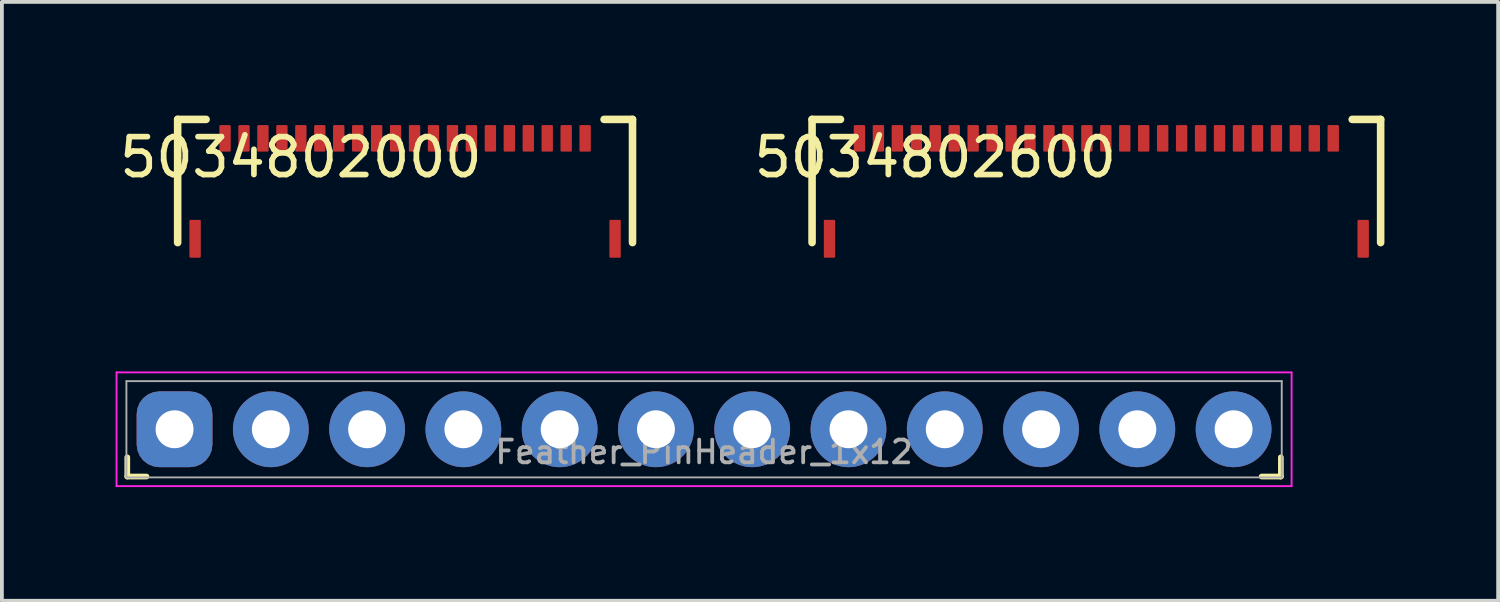
<source format=kicad_pcb>
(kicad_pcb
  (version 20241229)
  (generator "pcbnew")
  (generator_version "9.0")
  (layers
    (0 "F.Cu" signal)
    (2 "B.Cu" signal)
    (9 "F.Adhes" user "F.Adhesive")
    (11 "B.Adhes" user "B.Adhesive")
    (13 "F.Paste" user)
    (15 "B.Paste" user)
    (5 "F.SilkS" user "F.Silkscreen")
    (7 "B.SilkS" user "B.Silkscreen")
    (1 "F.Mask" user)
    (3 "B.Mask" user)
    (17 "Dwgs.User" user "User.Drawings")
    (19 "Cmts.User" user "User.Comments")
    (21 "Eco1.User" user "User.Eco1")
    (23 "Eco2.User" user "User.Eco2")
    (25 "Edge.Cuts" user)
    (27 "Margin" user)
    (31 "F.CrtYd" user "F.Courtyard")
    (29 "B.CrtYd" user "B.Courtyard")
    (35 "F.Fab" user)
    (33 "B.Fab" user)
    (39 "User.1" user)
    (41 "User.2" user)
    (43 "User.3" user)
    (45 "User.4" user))
  (footprint "5034802000"
    (layer "F.Cu")
    (at 7.637 0.6)
    (property "Reference" "5034802000" (at -2.75 0.5 0) (layer "F.SilkS") (effects (font (size 1 1) (thickness 0.15))))
    (attr through_hole)
    (fp_line (start -6 -0.5) (end -5.25 -0.5) (stroke (width 0.2) (type solid)) (layer "F.SilkS"))
    (fp_line (start -6 2.75) (end -6 -0.5) (stroke (width 0.2) (type solid)) (layer "F.SilkS"))
    (fp_line (start 5.25 -0.5) (end 6 -0.5) (stroke (width 0.2) (type solid)) (layer "F.SilkS"))
    (fp_line (start 6 -0.5) (end 6 2.75) (stroke (width 0.2) (type solid)) (layer "F.SilkS"))
    (pad "1" smd roundrect (at -4.75 0) (size 0.3 0.7) (layers "F.Cu" "F.Mask" "F.Paste") (roundrect_rratio 0.1))
    (pad "2" smd roundrect (at -4.25 0) (size 0.3 0.7) (layers "F.Cu" "F.Mask" "F.Paste") (roundrect_rratio 0.1))
    (pad "3" smd roundrect (at -3.75 0) (size 0.3 0.7) (layers "F.Cu" "F.Mask" "F.Paste") (roundrect_rratio 0.1))
    (pad "4" smd roundrect (at -3.25 0) (size 0.3 0.7) (layers "F.Cu" "F.Mask" "F.Paste") (roundrect_rratio 0.1))
    (pad "5" smd roundrect (at -2.75 0) (size 0.3 0.7) (layers "F.Cu" "F.Mask" "F.Paste") (roundrect_rratio 0.1))
    (pad "6" smd roundrect (at -2.25 0) (size 0.3 0.7) (layers "F.Cu" "F.Mask" "F.Paste") (roundrect_rratio 0.1))
    (pad "7" smd roundrect (at -1.75 0) (size 0.3 0.7) (layers "F.Cu" "F.Mask" "F.Paste") (roundrect_rratio 0.1))
    (pad "8" smd roundrect (at -1.25 0) (size 0.3 0.7) (layers "F.Cu" "F.Mask" "F.Paste") (roundrect_rratio 0.1))
    (pad "9" smd roundrect (at -0.75 0) (size 0.3 0.7) (layers "F.Cu" "F.Mask" "F.Paste") (roundrect_rratio 0.1))
    (pad "10" smd roundrect (at -0.25 0) (size 0.3 0.7) (layers "F.Cu" "F.Mask" "F.Paste") (roundrect_rratio 0.1))
    (pad "11" smd roundrect (at 0.25 0) (size 0.3 0.7) (layers "F.Cu" "F.Mask" "F.Paste") (roundrect_rratio 0.1))
    (pad "12" smd roundrect (at 0.75 0) (size 0.3 0.7) (layers "F.Cu" "F.Mask" "F.Paste") (roundrect_rratio 0.1))
    (pad "13" smd roundrect (at 1.25 0) (size 0.3 0.7) (layers "F.Cu" "F.Mask" "F.Paste") (roundrect_rratio 0.1))
    (pad "14" smd roundrect (at 1.75 0) (size 0.3 0.7) (layers "F.Cu" "F.Mask" "F.Paste") (roundrect_rratio 0.1))
    (pad "15" smd roundrect (at 2.25 0) (size 0.3 0.7) (layers "F.Cu" "F.Mask" "F.Paste") (roundrect_rratio 0.1))
    (pad "16" smd roundrect (at 2.75 0) (size 0.3 0.7) (layers "F.Cu" "F.Mask" "F.Paste") (roundrect_rratio 0.1))
    (pad "17" smd roundrect (at 3.25 0) (size 0.3 0.7) (layers "F.Cu" "F.Mask" "F.Paste") (roundrect_rratio 0.1))
    (pad "18" smd roundrect (at 3.75 0) (size 0.3 0.7) (layers "F.Cu" "F.Mask" "F.Paste") (roundrect_rratio 0.1))
    (pad "19" smd roundrect (at 4.25 0) (size 0.3 0.7) (layers "F.Cu" "F.Mask" "F.Paste") (roundrect_rratio 0.1))
    (pad "20" smd roundrect (at 4.75 0) (size 0.3 0.7) (layers "F.Cu" "F.Mask" "F.Paste") (roundrect_rratio 0.1))
    (pad "21" smd roundrect (at -5.54 2.65) (size 0.3 1) (layers "F.Cu" "F.Mask" "F.Paste") (roundrect_rratio 0.1))
    (pad "21" smd roundrect (at 5.54 2.65) (size 0.3 1) (layers "F.Cu" "F.Mask" "F.Paste") (roundrect_rratio 0.1)))
  (footprint "Feather_PinHeader_1x12"
    (layer "F.Cu")
    (at 15.525 8.275)
    (property "Reference" "Feather_PinHeader_1x12" (at 0 0.6 180) (layer "F.Fab") (effects (font (size 0.6 0.6) (thickness 0.1))))
    (attr through_hole)
    (fp_line (start -15.217 0.739) (end -15.217 1.247) (stroke (width 0.15) (type solid)) (layer "F.SilkS"))
    (fp_line (start -15.217 1.247) (end -14.709 1.247) (stroke (width 0.15) (type solid)) (layer "F.SilkS"))
    (fp_line (start 14.709 1.247) (end 15.217 1.247) (stroke (width 0.15) (type solid)) (layer "F.SilkS"))
    (fp_line (start 15.217 0.739) (end 15.217 1.247) (stroke (width 0.15) (type solid)) (layer "F.SilkS"))
    (fp_line (start -15.5 -1.5) (end -15.5 1.5) (stroke (width 0.05) (type solid)) (layer "F.CrtYd"))
    (fp_line (start -15.5 -1.5) (end 15.5 -1.5) (stroke (width 0.05) (type solid)) (layer "F.CrtYd"))
    (fp_line (start 15.5 1.5) (end -15.5 1.5) (stroke (width 0.05) (type solid)) (layer "F.CrtYd"))
    (fp_line (start 15.5 1.5) (end 15.5 -1.5) (stroke (width 0.05) (type solid)) (layer "F.CrtYd"))
    (fp_line (start -15.24 -1.27) (end 15.24 -1.27) (stroke (width 0.05) (type solid)) (layer "F.Fab"))
    (fp_line (start -15.24 1.27) (end -15.24 -1.27) (stroke (width 0.05) (type solid)) (layer "F.Fab"))
    (fp_line (start -15.24 1.27) (end 15.24 1.27) (stroke (width 0.05) (type solid)) (layer "F.Fab"))
    (fp_line (start 15.24 -1.27) (end 15.24 1.27) (stroke (width 0.05) (type solid)) (layer "F.Fab"))
    (pad "1" thru_hole roundrect (at -13.97 0) (size 2 2) (drill 1) (layers "*.Cu" "*.Mask") (roundrect_rratio 0.3))
    (pad "2" thru_hole circle (at -11.43 0) (size 2 2) (drill 1) (layers "*.Cu" "*.Mask"))
    (pad "3" thru_hole circle (at -8.89 0) (size 2 2) (drill 1) (layers "*.Cu" "*.Mask"))
    (pad "4" thru_hole circle (at -6.35 0) (size 2 2) (drill 1) (layers "*.Cu" "*.Mask"))
    (pad "5" thru_hole circle (at -3.81 0) (size 2 2) (drill 1) (layers "*.Cu" "*.Mask"))
    (pad "6" thru_hole circle (at -1.27 0) (size 2 2) (drill 1) (layers "*.Cu" "*.Mask"))
    (pad "7" thru_hole circle (at 1.27 0) (size 2 2) (drill 1) (layers "*.Cu" "*.Mask"))
    (pad "8" thru_hole circle (at 3.81 0) (size 2 2) (drill 1) (layers "*.Cu" "*.Mask"))
    (pad "9" thru_hole circle (at 6.35 0) (size 2 2) (drill 1) (layers "*.Cu" "*.Mask"))
    (pad "10" thru_hole circle (at 8.89 0) (size 2 2) (drill 1) (layers "*.Cu" "*.Mask"))
    (pad "11" thru_hole circle (at 11.43 0) (size 2 2) (drill 1) (layers "*.Cu" "*.Mask"))
    (pad "12" thru_hole circle (at 13.97 0) (size 2 2) (drill 1) (layers "*.Cu" "*.Mask")))
  (footprint "5034802600"
    (layer "F.Cu")
    (at 24.374 0.6)
    (property "Reference" "5034802600" (at -2.75 0.5 0) (layer "F.SilkS") (effects (font (size 1 1) (thickness 0.15))))
    (attr through_hole)
    (fp_line (start -6 -0.5) (end -5.25 -0.5) (stroke (width 0.2) (type solid)) (layer "F.SilkS"))
    (fp_line (start -6 2.75) (end -6 -0.5) (stroke (width 0.2) (type solid)) (layer "F.SilkS"))
    (fp_line (start 8.25 -0.5) (end 9 -0.5) (stroke (width 0.2) (type solid)) (layer "F.SilkS"))
    (fp_line (start 9 -0.5) (end 9 2.75) (stroke (width 0.2) (type solid)) (layer "F.SilkS"))
    (pad "1" smd roundrect (at -4.75 0) (size 0.3 0.7) (layers "F.Cu" "F.Mask" "F.Paste") (roundrect_rratio 0.1))
    (pad "2" smd roundrect (at -4.25 0) (size 0.3 0.7) (layers "F.Cu" "F.Mask" "F.Paste") (roundrect_rratio 0.1))
    (pad "3" smd roundrect (at -3.75 0) (size 0.3 0.7) (layers "F.Cu" "F.Mask" "F.Paste") (roundrect_rratio 0.1))
    (pad "4" smd roundrect (at -3.25 0) (size 0.3 0.7) (layers "F.Cu" "F.Mask" "F.Paste") (roundrect_rratio 0.1))
    (pad "5" smd roundrect (at -2.75 0) (size 0.3 0.7) (layers "F.Cu" "F.Mask" "F.Paste") (roundrect_rratio 0.1))
    (pad "6" smd roundrect (at -2.25 0) (size 0.3 0.7) (layers "F.Cu" "F.Mask" "F.Paste") (roundrect_rratio 0.1))
    (pad "7" smd roundrect (at -1.75 0) (size 0.3 0.7) (layers "F.Cu" "F.Mask" "F.Paste") (roundrect_rratio 0.1))
    (pad "8" smd roundrect (at -1.25 0) (size 0.3 0.7) (layers "F.Cu" "F.Mask" "F.Paste") (roundrect_rratio 0.1))
    (pad "9" smd roundrect (at -0.75 0) (size 0.3 0.7) (layers "F.Cu" "F.Mask" "F.Paste") (roundrect_rratio 0.1))
    (pad "10" smd roundrect (at -0.25 0) (size 0.3 0.7) (layers "F.Cu" "F.Mask" "F.Paste") (roundrect_rratio 0.1))
    (pad "11" smd roundrect (at 0.25 0) (size 0.3 0.7) (layers "F.Cu" "F.Mask" "F.Paste") (roundrect_rratio 0.1))
    (pad "12" smd roundrect (at 0.75 0) (size 0.3 0.7) (layers "F.Cu" "F.Mask" "F.Paste") (roundrect_rratio 0.1))
    (pad "13" smd roundrect (at 1.25 0) (size 0.3 0.7) (layers "F.Cu" "F.Mask" "F.Paste") (roundrect_rratio 0.1))
    (pad "14" smd roundrect (at 1.75 0) (size 0.3 0.7) (layers "F.Cu" "F.Mask" "F.Paste") (roundrect_rratio 0.1))
    (pad "15" smd roundrect (at 2.25 0) (size 0.3 0.7) (layers "F.Cu" "F.Mask" "F.Paste") (roundrect_rratio 0.1))
    (pad "16" smd roundrect (at 2.75 0) (size 0.3 0.7) (layers "F.Cu" "F.Mask" "F.Paste") (roundrect_rratio 0.1))
    (pad "17" smd roundrect (at 3.25 0) (size 0.3 0.7) (layers "F.Cu" "F.Mask" "F.Paste") (roundrect_rratio 0.1))
    (pad "18" smd roundrect (at 3.75 0) (size 0.3 0.7) (layers "F.Cu" "F.Mask" "F.Paste") (roundrect_rratio 0.1))
    (pad "19" smd roundrect (at 4.25 0) (size 0.3 0.7) (layers "F.Cu" "F.Mask" "F.Paste") (roundrect_rratio 0.1))
    (pad "20" smd roundrect (at 4.75 0) (size 0.3 0.7) (layers "F.Cu" "F.Mask" "F.Paste") (roundrect_rratio 0.1))
    (pad "21" smd roundrect (at -5.54 2.65) (size 0.3 1) (layers "F.Cu" "F.Mask" "F.Paste") (roundrect_rratio 0.1))
    (pad "21" smd roundrect (at 5.25 0) (size 0.3 0.7) (layers "F.Cu" "F.Mask" "F.Paste") (roundrect_rratio 0.1))
    (pad "21" smd roundrect (at 8.54 2.65) (size 0.3 1) (layers "F.Cu" "F.Mask" "F.Paste") (roundrect_rratio 0.1))
    (pad "22" smd roundrect (at 5.75 0) (size 0.3 0.7) (layers "F.Cu" "F.Mask" "F.Paste") (roundrect_rratio 0.1))
    (pad "23" smd roundrect (at 6.25 0) (size 0.3 0.7) (layers "F.Cu" "F.Mask" "F.Paste") (roundrect_rratio 0.1))
    (pad "24" smd roundrect (at 6.75 0) (size 0.3 0.7) (layers "F.Cu" "F.Mask" "F.Paste") (roundrect_rratio 0.1))
    (pad "25" smd roundrect (at 7.25 0) (size 0.3 0.7) (layers "F.Cu" "F.Mask" "F.Paste") (roundrect_rratio 0.1))
    (pad "26" smd roundrect (at 7.75 0) (size 0.3 0.7) (layers "F.Cu" "F.Mask" "F.Paste") (roundrect_rratio 0.1)))
  (gr_rect
    (start -3 -3)
    (end 36.474 12.8)
    (stroke (width 0.1) (type default))
    (fill no)
    (layer "Edge.Cuts")))
</source>
